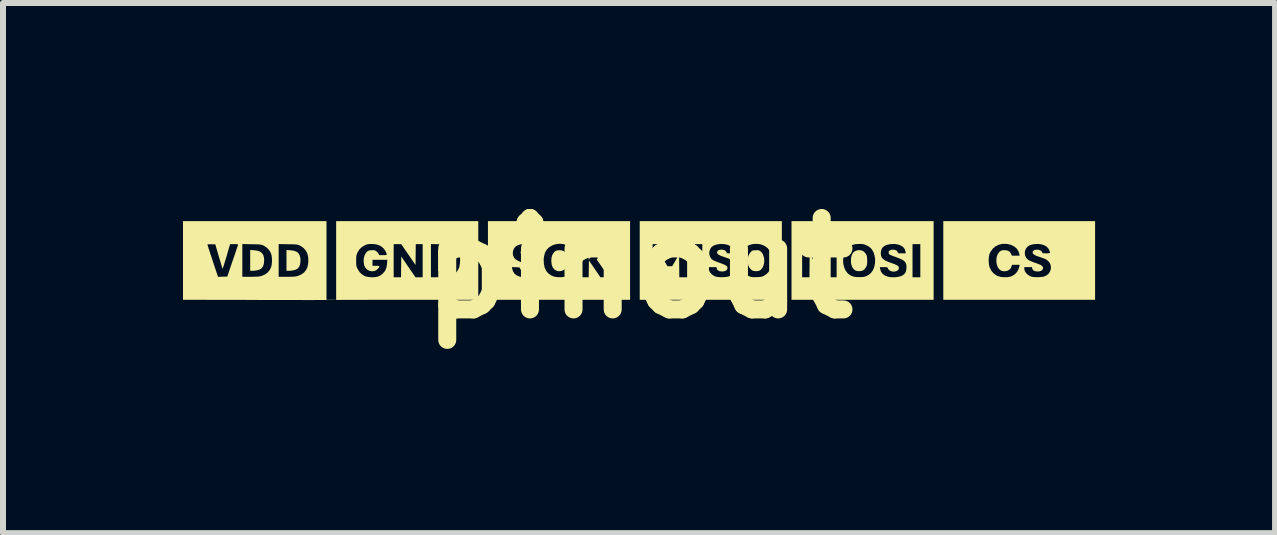
<source format=kicad_pcb>
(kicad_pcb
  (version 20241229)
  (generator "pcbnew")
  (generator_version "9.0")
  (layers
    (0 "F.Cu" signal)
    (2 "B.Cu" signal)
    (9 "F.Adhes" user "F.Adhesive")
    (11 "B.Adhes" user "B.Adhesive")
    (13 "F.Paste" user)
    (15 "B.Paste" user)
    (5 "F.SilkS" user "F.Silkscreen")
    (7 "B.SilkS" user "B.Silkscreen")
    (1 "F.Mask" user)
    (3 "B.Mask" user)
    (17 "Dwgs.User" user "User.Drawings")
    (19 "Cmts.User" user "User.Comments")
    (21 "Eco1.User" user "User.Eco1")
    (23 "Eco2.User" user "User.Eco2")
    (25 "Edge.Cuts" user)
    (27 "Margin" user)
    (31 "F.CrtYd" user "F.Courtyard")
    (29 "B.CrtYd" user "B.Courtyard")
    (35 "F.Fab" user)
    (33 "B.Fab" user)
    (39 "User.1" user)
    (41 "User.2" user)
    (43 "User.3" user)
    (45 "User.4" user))
  (footprint "pinout"
    (layer "F.Cu")
    (at 7.598 1.418)
    (property "Reference" "pinout" (at 0 0 0) (layer "F.SilkS") (effects (font (size 1.524 1.524) (thickness 0.3))))
    (attr board_only exclude_from_pos_files exclude_from_bom)
    (fp_poly (pts (xy -6.414 -0.297) (xy -6.357 -0.289) (xy -6.312 -0.273) (xy -6.28 -0.248) (xy -6.258 -0.213) (xy -6.247 -0.167) (xy -6.245 -0.127) (xy -6.25 -0.073) (xy -6.263 -0.03) (xy -6.286 0.002) (xy -6.302 0.015) (xy -6.327 0.027) (xy -6.362 0.037) (xy -6.404 0.044) (xy -6.446 0.046) (xy -6.478 0.046) (xy -6.478 -0.301)) (stroke (width 0) (type solid)) (fill yes) (layer "F.SilkS"))
    (fp_poly (pts (xy -5.808 -0.297) (xy -5.751 -0.289) (xy -5.707 -0.273) (xy -5.674 -0.248) (xy -5.653 -0.213) (xy -5.641 -0.167) (xy -5.639 -0.127) (xy -5.644 -0.073) (xy -5.657 -0.03) (xy -5.68 0.002) (xy -5.696 0.015) (xy -5.721 0.027) (xy -5.756 0.037) (xy -5.798 0.044) (xy -5.84 0.046) (xy -5.873 0.046) (xy -5.873 -0.301)) (stroke (width 0) (type solid)) (fill yes) (layer "F.SilkS"))
    (fp_poly (pts (xy -3.271 -0.29) (xy -3.235 -0.288) (xy -3.21 -0.285) (xy -3.192 -0.28) (xy -3.176 -0.271) (xy -3.172 -0.268) (xy -3.143 -0.243) (xy -3.123 -0.212) (xy -3.112 -0.174) (xy -3.109 -0.124) (xy -3.109 -0.123) (xy -3.112 -0.073) (xy -3.121 -0.036) (xy -3.137 -0.006) (xy -3.162 0.017) (xy -3.168 0.021) (xy -3.185 0.031) (xy -3.203 0.038) (xy -3.226 0.042) (xy -3.259 0.044) (xy -3.271 0.045) (xy -3.343 0.048) (xy -3.343 -0.293)) (stroke (width 0) (type solid)) (fill yes) (layer "F.SilkS"))
    (fp_poly (pts (xy 3.715 -0.294) (xy 3.749 -0.276) (xy 3.777 -0.246) (xy 3.787 -0.23) (xy 3.797 -0.211) (xy 3.802 -0.193) (xy 3.805 -0.17) (xy 3.806 -0.139) (xy 3.807 -0.123) (xy 3.806 -0.086) (xy 3.804 -0.061) (xy 3.799 -0.042) (xy 3.792 -0.024) (xy 3.787 -0.016) (xy 3.764 0.018) (xy 3.737 0.039) (xy 3.704 0.049) (xy 3.682 0.052) (xy 3.646 0.051) (xy 3.619 0.044) (xy 3.611 0.041) (xy 3.578 0.015) (xy 3.554 -0.022) (xy 3.539 -0.069) (xy 3.535 -0.123) (xy 3.54 -0.181) (xy 3.554 -0.228) (xy 3.578 -0.264) (xy 3.612 -0.287) (xy 3.654 -0.298) (xy 3.672 -0.299)) (stroke (width 0) (type solid)) (fill yes) (layer "F.SilkS"))
    (fp_poly (pts (xy 1.996 -0.296) (xy 2.012 -0.29) (xy 2.024 -0.282) (xy 2.053 -0.255) (xy 2.073 -0.218) (xy 2.086 -0.175) (xy 2.091 -0.129) (xy 2.088 -0.082) (xy 2.077 -0.039) (xy 2.059 -0.001) (xy 2.033 0.029) (xy 2.013 0.042) (xy 1.979 0.051) (xy 1.94 0.052) (xy 1.903 0.045) (xy 1.897 0.043) (xy 1.868 0.023) (xy 1.843 -0.006) (xy 1.826 -0.04) (xy 1.825 -0.044) (xy 1.82 -0.077) (xy 1.817 -0.117) (xy 1.819 -0.158) (xy 1.823 -0.194) (xy 1.825 -0.202) (xy 1.836 -0.225) (xy 1.852 -0.251) (xy 1.863 -0.263) (xy 1.879 -0.28) (xy 1.893 -0.29) (xy 1.91 -0.295) (xy 1.936 -0.297) (xy 1.945 -0.297) (xy 1.975 -0.298)) (stroke (width 0) (type solid)) (fill yes) (layer "F.SilkS"))
    (fp_poly (pts (xy 7.605 0.529) (xy 5.075 0.529) (xy 5.075 -0.141) (xy 5.831 -0.141) (xy 5.833 -0.087) (xy 5.84 -0.037) (xy 5.85 -0.004) (xy 5.878 0.048) (xy 5.917 0.092) (xy 5.965 0.125) (xy 5.984 0.134) (xy 6.03 0.147) (xy 6.084 0.153) (xy 6.139 0.152) (xy 6.19 0.144) (xy 6.202 0.141) (xy 6.25 0.117) (xy 6.29 0.082) (xy 6.321 0.037) (xy 6.331 0.008) (xy 6.425 0.008) (xy 6.432 0.045) (xy 6.452 0.08) (xy 6.482 0.11) (xy 6.52 0.134) (xy 6.541 0.142) (xy 6.574 0.149) (xy 6.617 0.152) (xy 6.663 0.152) (xy 6.708 0.149) (xy 6.746 0.143) (xy 6.755 0.141) (xy 6.798 0.121) (xy 6.831 0.093) (xy 6.854 0.057) (xy 6.867 0.018) (xy 6.869 -0.024) (xy 6.859 -0.064) (xy 6.839 -0.101) (xy 6.806 -0.132) (xy 6.785 -0.146) (xy 6.764 -0.155) (xy 6.735 -0.166) (xy 6.702 -0.178) (xy 6.693 -0.181) (xy 6.642 -0.198) (xy 6.606 -0.213) (xy 6.582 -0.228) (xy 6.568 -0.243) (xy 6.564 -0.259) (xy 6.567 -0.276) (xy 6.579 -0.293) (xy 6.602 -0.303) (xy 6.63 -0.307) (xy 6.659 -0.305) (xy 6.687 -0.297) (xy 6.709 -0.283) (xy 6.721 -0.264) (xy 6.721 -0.264) (xy 6.724 -0.255) (xy 6.73 -0.249) (xy 6.741 -0.247) (xy 6.763 -0.245) (xy 6.79 -0.245) (xy 6.819 -0.246) (xy 6.841 -0.248) (xy 6.853 -0.25) (xy 6.854 -0.251) (xy 6.85 -0.274) (xy 6.839 -0.302) (xy 6.825 -0.328) (xy 6.818 -0.337) (xy 6.785 -0.367) (xy 6.739 -0.387) (xy 6.693 -0.398) (xy 6.65 -0.402) (xy 6.603 -0.4) (xy 6.558 -0.393) (xy 6.521 -0.382) (xy 6.513 -0.379) (xy 6.477 -0.355) (xy 6.452 -0.322) (xy 6.437 -0.284) (xy 6.433 -0.243) (xy 6.44 -0.204) (xy 6.459 -0.167) (xy 6.489 -0.138) (xy 6.491 -0.137) (xy 6.51 -0.126) (xy 6.539 -0.113) (xy 6.575 -0.098) (xy 6.612 -0.085) (xy 6.661 -0.067) (xy 6.696 -0.052) (xy 6.719 -0.037) (xy 6.732 -0.023) (xy 6.738 -0.007) (xy 6.738 0.003) (xy 6.728 0.028) (xy 6.706 0.046) (xy 6.672 0.056) (xy 6.648 0.057) (xy 6.606 0.053) (xy 6.577 0.039) (xy 6.561 0.017) (xy 6.558 0.007) (xy 6.553 -0.015) (xy 6.425 -0.015) (xy 6.425 0.008) (xy 6.331 0.008) (xy 6.341 -0.017) (xy 6.343 -0.029) (xy 6.348 -0.054) (xy 6.219 -0.054) (xy 6.214 -0.031) (xy 6.199 0.003) (xy 6.174 0.029) (xy 6.14 0.046) (xy 6.102 0.054) (xy 6.063 0.05) (xy 6.037 0.042) (xy 6.007 0.019) (xy 5.984 -0.014) (xy 5.968 -0.055) (xy 5.96 -0.1) (xy 5.96 -0.146) (xy 5.967 -0.192) (xy 5.983 -0.233) (xy 6.007 -0.266) (xy 6.026 -0.282) (xy 6.044 -0.292) (xy 6.061 -0.297) (xy 6.085 -0.298) (xy 6.104 -0.298) (xy 6.145 -0.292) (xy 6.174 -0.278) (xy 6.196 -0.254) (xy 6.207 -0.232) (xy 6.218 -0.207) (xy 6.348 -0.207) (xy 6.343 -0.232) (xy 6.327 -0.283) (xy 6.298 -0.326) (xy 6.257 -0.36) (xy 6.205 -0.386) (xy 6.143 -0.401) (xy 6.124 -0.403) (xy 6.06 -0.403) (xy 6 -0.389) (xy 5.946 -0.362) (xy 5.901 -0.324) (xy 5.865 -0.276) (xy 5.845 -0.234) (xy 5.835 -0.191) (xy 5.831 -0.141) (xy 5.075 -0.141) (xy 5.075 -0.782) (xy 7.605 -0.782)) (stroke (width 0) (type solid)) (fill yes) (layer "F.SilkS"))
    (fp_poly (pts (xy 2.384 0.529) (xy 0.015 0.529) (xy 0.015 0.153) (xy 0.23 0.153) (xy 0.352 0.153) (xy 0.354 -0.04) (xy 0.357 -0.234) (xy 0.477 -0.031) (xy 0.556 -0.031) (xy 0.614 -0.13) (xy 0.671 -0.229) (xy 0.673 -0.038) (xy 0.675 0.153) (xy 0.805 0.153) (xy 0.935 0.153) (xy 1.058 0.153) (xy 1.058 0.008) (xy 1.165 0.008) (xy 1.173 0.045) (xy 1.193 0.08) (xy 1.223 0.11) (xy 1.261 0.134) (xy 1.282 0.142) (xy 1.315 0.149) (xy 1.357 0.152) (xy 1.404 0.152) (xy 1.449 0.149) (xy 1.487 0.143) (xy 1.495 0.141) (xy 1.539 0.121) (xy 1.572 0.093) (xy 1.595 0.057) (xy 1.607 0.018) (xy 1.609 -0.024) (xy 1.6 -0.064) (xy 1.579 -0.101) (xy 1.547 -0.132) (xy 1.527 -0.145) (xy 1.688 -0.145) (xy 1.69 -0.071) (xy 1.704 -0.008) (xy 1.729 0.046) (xy 1.766 0.09) (xy 1.813 0.124) (xy 1.836 0.135) (xy 1.859 0.144) (xy 1.88 0.149) (xy 1.903 0.152) (xy 1.933 0.152) (xy 1.963 0.151) (xy 2.003 0.15) (xy 2.032 0.147) (xy 2.055 0.141) (xy 2.076 0.133) (xy 2.081 0.131) (xy 2.13 0.099) (xy 2.169 0.056) (xy 2.197 0.004) (xy 2.215 -0.055) (xy 2.221 -0.121) (xy 2.216 -0.178) (xy 2.202 -0.24) (xy 2.179 -0.291) (xy 2.148 -0.331) (xy 2.106 -0.363) (xy 2.085 -0.375) (xy 2.028 -0.396) (xy 1.967 -0.404) (xy 1.906 -0.401) (xy 1.848 -0.386) (xy 1.795 -0.36) (xy 1.76 -0.331) (xy 1.728 -0.293) (xy 1.707 -0.25) (xy 1.693 -0.197) (xy 1.688 -0.145) (xy 1.527 -0.145) (xy 1.525 -0.146) (xy 1.505 -0.155) (xy 1.476 -0.166) (xy 1.443 -0.178) (xy 1.433 -0.181) (xy 1.383 -0.198) (xy 1.347 -0.213) (xy 1.322 -0.228) (xy 1.309 -0.243) (xy 1.304 -0.259) (xy 1.307 -0.276) (xy 1.32 -0.293) (xy 1.342 -0.303) (xy 1.37 -0.307) (xy 1.4 -0.305) (xy 1.428 -0.297) (xy 1.45 -0.283) (xy 1.461 -0.264) (xy 1.461 -0.264) (xy 1.464 -0.255) (xy 1.47 -0.249) (xy 1.482 -0.247) (xy 1.503 -0.245) (xy 1.53 -0.245) (xy 1.56 -0.246) (xy 1.582 -0.248) (xy 1.594 -0.25) (xy 1.595 -0.251) (xy 1.59 -0.274) (xy 1.58 -0.302) (xy 1.566 -0.328) (xy 1.559 -0.337) (xy 1.525 -0.366) (xy 1.48 -0.387) (xy 1.428 -0.399) (xy 1.369 -0.402) (xy 1.332 -0.398) (xy 1.284 -0.389) (xy 1.247 -0.375) (xy 1.219 -0.356) (xy 1.21 -0.347) (xy 1.187 -0.311) (xy 1.175 -0.271) (xy 1.175 -0.229) (xy 1.187 -0.19) (xy 1.208 -0.155) (xy 1.232 -0.135) (xy 1.251 -0.125) (xy 1.28 -0.112) (xy 1.316 -0.098) (xy 1.353 -0.085) (xy 1.401 -0.067) (xy 1.436 -0.052) (xy 1.46 -0.037) (xy 1.473 -0.023) (xy 1.478 -0.007) (xy 1.478 0.003) (xy 1.469 0.028) (xy 1.446 0.046) (xy 1.413 0.056) (xy 1.388 0.057) (xy 1.347 0.053) (xy 1.318 0.039) (xy 1.301 0.017) (xy 1.298 0.007) (xy 1.294 -0.015) (xy 1.165 -0.015) (xy 1.165 0.008) (xy 1.058 0.008) (xy 1.058 -0.399) (xy 0.935 -0.399) (xy 0.935 0.153) (xy 0.805 0.153) (xy 0.805 -0.399) (xy 0.731 -0.397) (xy 0.657 -0.395) (xy 0.593 -0.284) (xy 0.571 -0.247) (xy 0.552 -0.215) (xy 0.536 -0.19) (xy 0.526 -0.174) (xy 0.522 -0.17) (xy 0.516 -0.176) (xy 0.504 -0.193) (xy 0.488 -0.219) (xy 0.467 -0.252) (xy 0.448 -0.283) (xy 0.381 -0.399) (xy 0.23 -0.399) (xy 0.23 0.153) (xy 0.015 0.153) (xy 0.015 -0.782) (xy 2.384 -0.782)) (stroke (width 0) (type solid)) (fill yes) (layer "F.SilkS"))
    (fp_poly (pts (xy 4.914 0.529) (xy 2.545 0.529) (xy 2.545 0.153) (xy 2.722 0.153) (xy 2.844 0.153) (xy 2.846 -0.04) (xy 2.848 -0.234) (xy 2.969 -0.031) (xy 3.049 -0.031) (xy 3.108 -0.132) (xy 3.166 -0.234) (xy 3.166 0.153) (xy 3.297 0.153) (xy 3.297 -0.132) (xy 3.405 -0.132) (xy 3.408 -0.072) (xy 3.422 -0.014) (xy 3.444 0.038) (xy 3.477 0.083) (xy 3.498 0.102) (xy 3.535 0.126) (xy 3.576 0.142) (xy 3.625 0.15) (xy 3.684 0.151) (xy 3.722 0.15) (xy 3.751 0.147) (xy 3.773 0.141) (xy 3.796 0.132) (xy 3.805 0.128) (xy 3.834 0.11) (xy 3.861 0.089) (xy 3.875 0.075) (xy 3.906 0.029) (xy 3.922 -0.015) (xy 4.017 -0.015) (xy 4.022 0.013) (xy 4.037 0.061) (xy 4.065 0.098) (xy 4.104 0.126) (xy 4.156 0.145) (xy 4.197 0.152) (xy 4.244 0.154) (xy 4.26 0.153) (xy 4.562 0.153) (xy 4.692 0.153) (xy 4.692 -0.399) (xy 4.562 -0.399) (xy 4.562 0.153) (xy 4.26 0.153) (xy 4.294 0.151) (xy 4.34 0.143) (xy 4.378 0.132) (xy 4.384 0.129) (xy 4.419 0.106) (xy 4.443 0.077) (xy 4.457 0.039) (xy 4.461 0.004) (xy 4.461 -0.036) (xy 4.455 -0.068) (xy 4.443 -0.095) (xy 4.422 -0.118) (xy 4.391 -0.139) (xy 4.348 -0.159) (xy 4.292 -0.18) (xy 4.288 -0.182) (xy 4.251 -0.195) (xy 4.218 -0.208) (xy 4.193 -0.219) (xy 4.178 -0.227) (xy 4.176 -0.228) (xy 4.165 -0.247) (xy 4.164 -0.27) (xy 4.175 -0.29) (xy 4.18 -0.295) (xy 4.204 -0.304) (xy 4.235 -0.307) (xy 4.267 -0.303) (xy 4.293 -0.293) (xy 4.296 -0.291) (xy 4.31 -0.276) (xy 4.316 -0.261) (xy 4.316 -0.26) (xy 4.318 -0.253) (xy 4.324 -0.249) (xy 4.337 -0.246) (xy 4.361 -0.245) (xy 4.383 -0.245) (xy 4.449 -0.245) (xy 4.445 -0.276) (xy 4.432 -0.316) (xy 4.407 -0.349) (xy 4.37 -0.374) (xy 4.324 -0.392) (xy 4.27 -0.401) (xy 4.21 -0.4) (xy 4.187 -0.398) (xy 4.131 -0.386) (xy 4.088 -0.365) (xy 4.058 -0.337) (xy 4.04 -0.299) (xy 4.033 -0.253) (xy 4.033 -0.247) (xy 4.037 -0.208) (xy 4.049 -0.176) (xy 4.073 -0.149) (xy 4.108 -0.125) (xy 4.156 -0.103) (xy 4.176 -0.096) (xy 4.227 -0.078) (xy 4.265 -0.064) (xy 4.292 -0.052) (xy 4.311 -0.041) (xy 4.323 -0.032) (xy 4.33 -0.022) (xy 4.33 -0.021) (xy 4.335 0.003) (xy 4.328 0.024) (xy 4.311 0.041) (xy 4.287 0.053) (xy 4.258 0.059) (xy 4.228 0.058) (xy 4.198 0.05) (xy 4.173 0.034) (xy 4.169 0.031) (xy 4.156 0.014) (xy 4.148 -0.001) (xy 4.148 -0.003) (xy 4.145 -0.009) (xy 4.136 -0.013) (xy 4.118 -0.015) (xy 4.087 -0.015) (xy 4.082 -0.015) (xy 4.017 -0.015) (xy 3.922 -0.015) (xy 3.926 -0.026) (xy 3.937 -0.085) (xy 3.939 -0.145) (xy 3.93 -0.205) (xy 3.913 -0.26) (xy 3.886 -0.309) (xy 3.863 -0.335) (xy 3.842 -0.352) (xy 3.813 -0.369) (xy 3.791 -0.381) (xy 3.765 -0.391) (xy 3.742 -0.398) (xy 3.714 -0.401) (xy 3.678 -0.402) (xy 3.676 -0.402) (xy 3.616 -0.399) (xy 3.566 -0.387) (xy 3.522 -0.366) (xy 3.488 -0.34) (xy 3.453 -0.298) (xy 3.427 -0.247) (xy 3.411 -0.191) (xy 3.405 -0.132) (xy 3.297 -0.132) (xy 3.297 -0.399) (xy 3.152 -0.399) (xy 3.085 -0.284) (xy 3.063 -0.246) (xy 3.044 -0.214) (xy 3.028 -0.189) (xy 3.017 -0.173) (xy 3.013 -0.169) (xy 3.008 -0.175) (xy 2.996 -0.192) (xy 2.979 -0.219) (xy 2.959 -0.252) (xy 2.94 -0.284) (xy 2.873 -0.399) (xy 2.722 -0.399) (xy 2.722 0.153) (xy 2.545 0.153) (xy 2.545 -0.782) (xy 4.914 -0.782)) (stroke (width 0) (type solid)) (fill yes) (layer "F.SilkS"))
    (fp_poly (pts (xy -0.146 0.529) (xy -2.515 0.529) (xy -2.515 0.153) (xy -0.966 0.153) (xy -0.836 0.153) (xy -0.834 0.013) (xy -0.832 -0.127) (xy -0.736 0.013) (xy -0.64 0.153) (xy -0.568 0.153) (xy -0.497 0.153) (xy -0.51 0.132) (xy -0.519 0.12) (xy -0.535 0.097) (xy -0.556 0.066) (xy -0.582 0.03) (xy -0.61 -0.01) (xy -0.613 -0.015) (xy -0.702 -0.142) (xy -0.506 -0.399) (xy -0.577 -0.398) (xy -0.648 -0.398) (xy -0.836 -0.136) (xy -0.836 -0.399) (xy -0.966 -0.399) (xy -0.966 0.153) (xy -2.515 0.153) (xy -2.515 -0.016) (xy -2.116 -0.016) (xy -2.112 0.005) (xy -2.097 0.054) (xy -2.074 0.091) (xy -2.043 0.118) (xy -2.001 0.138) (xy -2 0.139) (xy -1.962 0.148) (xy -1.915 0.152) (xy -1.865 0.153) (xy -1.818 0.149) (xy -1.78 0.142) (xy -1.734 0.122) (xy -1.7 0.092) (xy -1.677 0.053) (xy -1.668 0.022) (xy -1.667 -0.025) (xy -1.678 -0.07) (xy -1.701 -0.108) (xy -1.725 -0.132) (xy -1.739 -0.14) (xy -1.756 -0.147) (xy -1.586 -0.147) (xy -1.583 -0.073) (xy -1.57 -0.009) (xy -1.545 0.045) (xy -1.509 0.089) (xy -1.462 0.122) (xy -1.424 0.139) (xy -1.384 0.148) (xy -1.336 0.153) (xy -1.286 0.152) (xy -1.24 0.146) (xy -1.222 0.142) (xy -1.171 0.119) (xy -1.129 0.085) (xy -1.098 0.04) (xy -1.079 -0.013) (xy -1.077 -0.025) (xy -1.072 -0.054) (xy -1.137 -0.054) (xy -1.168 -0.053) (xy -1.188 -0.052) (xy -1.198 -0.049) (xy -1.203 -0.043) (xy -1.206 -0.033) (xy -1.206 -0.032) (xy -1.22 0.001) (xy -1.245 0.027) (xy -1.278 0.045) (xy -1.316 0.053) (xy -1.355 0.05) (xy -1.375 0.043) (xy -1.411 0.02) (xy -1.437 -0.015) (xy -1.453 -0.061) (xy -1.459 -0.119) (xy -1.459 -0.123) (xy -1.454 -0.179) (xy -1.439 -0.225) (xy -1.413 -0.263) (xy -1.404 -0.272) (xy -1.387 -0.285) (xy -1.369 -0.293) (xy -1.345 -0.296) (xy -1.332 -0.297) (xy -1.288 -0.295) (xy -1.254 -0.284) (xy -1.229 -0.262) (xy -1.215 -0.24) (xy -1.2 -0.208) (xy -1.072 -0.207) (xy -1.077 -0.235) (xy -1.093 -0.283) (xy -1.122 -0.324) (xy -1.16 -0.358) (xy -1.206 -0.383) (xy -1.258 -0.399) (xy -1.314 -0.405) (xy -1.371 -0.4) (xy -1.429 -0.384) (xy -1.446 -0.376) (xy -1.497 -0.345) (xy -1.536 -0.305) (xy -1.564 -0.256) (xy -1.58 -0.196) (xy -1.586 -0.147) (xy -1.756 -0.147) (xy -1.765 -0.151) (xy -1.798 -0.164) (xy -1.835 -0.178) (xy -1.838 -0.179) (xy -1.885 -0.196) (xy -1.92 -0.21) (xy -1.944 -0.222) (xy -1.959 -0.233) (xy -1.967 -0.244) (xy -1.97 -0.256) (xy -1.97 -0.26) (xy -1.966 -0.281) (xy -1.952 -0.295) (xy -1.926 -0.303) (xy -1.909 -0.305) (xy -1.868 -0.304) (xy -1.838 -0.293) (xy -1.819 -0.272) (xy -1.817 -0.268) (xy -1.812 -0.257) (xy -1.805 -0.25) (xy -1.794 -0.247) (xy -1.774 -0.246) (xy -1.743 -0.245) (xy -1.679 -0.245) (xy -1.684 -0.27) (xy -1.699 -0.314) (xy -1.725 -0.349) (xy -1.763 -0.375) (xy -1.814 -0.393) (xy -1.84 -0.398) (xy -1.884 -0.401) (xy -1.932 -0.399) (xy -1.979 -0.393) (xy -2.014 -0.383) (xy -2.051 -0.361) (xy -2.079 -0.329) (xy -2.096 -0.288) (xy -2.101 -0.247) (xy -2.096 -0.209) (xy -2.081 -0.175) (xy -2.054 -0.146) (xy -2.015 -0.121) (xy -1.962 -0.098) (xy -1.927 -0.086) (xy -1.892 -0.074) (xy -1.86 -0.062) (xy -1.836 -0.051) (xy -1.827 -0.046) (xy -1.805 -0.027) (xy -1.796 -0.005) (xy -1.799 0.016) (xy -1.813 0.035) (xy -1.835 0.049) (xy -1.864 0.058) (xy -1.9 0.059) (xy -1.905 0.058) (xy -1.938 0.049) (xy -1.963 0.033) (xy -1.978 0.013) (xy -1.979 0.006) (xy -1.982 -0.003) (xy -1.988 -0.008) (xy -2 -0.011) (xy -2.023 -0.013) (xy -2.049 -0.014) (xy -2.116 -0.016) (xy -2.515 -0.016) (xy -2.515 -0.782) (xy -0.146 -0.782)) (stroke (width 0) (type solid)) (fill yes) (layer "F.SilkS"))
    (fp_poly (pts (xy -5.206 0.529) (xy -5.045 0.529) (xy -5.045 0.153) (xy -4.086 0.153) (xy -3.964 0.153) (xy -3.962 -0.02) (xy -3.96 -0.193) (xy -3.842 -0.02) (xy -3.723 0.153) (xy -3.603 0.153) (xy -3.603 -0.399) (xy -3.718 -0.399) (xy -3.722 -0.051) (xy -3.841 -0.225) (xy -3.96 -0.398) (xy -4.023 -0.399) (xy -4.086 -0.399) (xy -4.086 0.153) (xy -5.045 0.153) (xy -5.045 -0.123) (xy -4.711 -0.123) (xy -4.711 -0.084) (xy -4.71 -0.056) (xy -4.707 -0.035) (xy -4.701 -0.016) (xy -4.692 0.004) (xy -4.686 0.017) (xy -4.653 0.069) (xy -4.61 0.109) (xy -4.559 0.137) (xy -4.552 0.139) (xy -4.514 0.148) (xy -4.467 0.153) (xy -4.419 0.153) (xy -4.375 0.148) (xy -4.345 0.141) (xy -4.306 0.122) (xy -4.269 0.092) (xy -4.237 0.057) (xy -4.218 0.024) (xy -4.209 -0.004) (xy -4.201 -0.041) (xy -4.197 -0.076) (xy -4.192 -0.138) (xy -4.439 -0.138) (xy -4.439 -0.038) (xy -4.382 -0.038) (xy -4.349 -0.037) (xy -4.33 -0.033) (xy -4.324 -0.025) (xy -4.33 -0.011) (xy -4.345 0.008) (xy -4.377 0.036) (xy -4.414 0.051) (xy -4.453 0.054) (xy -4.492 0.046) (xy -4.527 0.027) (xy -4.556 -0.002) (xy -4.576 -0.04) (xy -4.578 -0.048) (xy -4.587 -0.102) (xy -4.585 -0.156) (xy -4.573 -0.206) (xy -4.552 -0.248) (xy -4.532 -0.272) (xy -4.516 -0.285) (xy -4.5 -0.292) (xy -4.477 -0.296) (xy -4.456 -0.298) (xy -4.426 -0.298) (xy -4.405 -0.296) (xy -4.388 -0.289) (xy -4.378 -0.282) (xy -4.357 -0.264) (xy -4.341 -0.243) (xy -4.339 -0.24) (xy -4.328 -0.215) (xy -4.265 -0.215) (xy -4.236 -0.215) (xy -4.214 -0.217) (xy -4.202 -0.22) (xy -4.201 -0.221) (xy -4.206 -0.245) (xy -4.219 -0.275) (xy -4.237 -0.305) (xy -4.258 -0.331) (xy -4.26 -0.333) (xy -4.299 -0.365) (xy -4.344 -0.386) (xy -4.397 -0.398) (xy -4.431 -0.4) (xy -3.465 -0.4) (xy -3.465 0.153) (xy -3.368 0.153) (xy -3.324 0.152) (xy -3.279 0.151) (xy -3.239 0.148) (xy -3.212 0.145) (xy -3.159 0.134) (xy -3.11 0.115) (xy -3.067 0.091) (xy -3.036 0.063) (xy -3.009 0.023) (xy -2.991 -0.022) (xy -2.982 -0.074) (xy -2.979 -0.127) (xy -2.979 -0.163) (xy -2.981 -0.189) (xy -2.985 -0.21) (xy -2.992 -0.231) (xy -3.004 -0.255) (xy -3.036 -0.306) (xy -3.077 -0.346) (xy -3.128 -0.374) (xy -3.135 -0.377) (xy -3.152 -0.383) (xy -3.171 -0.388) (xy -3.193 -0.391) (xy -3.221 -0.393) (xy -3.258 -0.395) (xy -3.308 -0.397) (xy -3.322 -0.397) (xy -3.465 -0.4) (xy -4.431 -0.4) (xy -4.451 -0.401) (xy -4.487 -0.401) (xy -4.514 -0.398) (xy -4.537 -0.392) (xy -4.561 -0.383) (xy -4.563 -0.382) (xy -4.616 -0.35) (xy -4.658 -0.31) (xy -4.689 -0.26) (xy -4.689 -0.259) (xy -4.699 -0.236) (xy -4.705 -0.217) (xy -4.709 -0.196) (xy -4.711 -0.17) (xy -4.711 -0.133) (xy -4.711 -0.123) (xy -5.045 -0.123) (xy -5.045 -0.782) (xy -2.676 -0.782) (xy -2.676 0.529) (xy -3.82 0.529) (xy -3.953 0.529) (xy -4.084 0.529) (xy -4.211 0.529) (xy -4.333 0.529) (xy -4.45 0.529) (xy -4.559 0.53) (xy -4.662 0.53) (xy -4.755 0.53) (xy -4.839 0.53) (xy -4.913 0.53) (xy -4.975 0.531) (xy -5.024 0.531) (xy -5.061 0.531) (xy -5.083 0.532) (xy -5.083 0.532) (xy -5.104 0.532) (xy -5.14 0.532) (xy -5.189 0.532) (xy -5.25 0.532) (xy -5.324 0.532) (xy -5.407 0.533) (xy -5.501 0.533) (xy -5.603 0.533) (xy -5.714 0.532) (xy -5.831 0.532) (xy -5.954 0.532) (xy -6.082 0.532) (xy -6.214 0.532) (xy -6.35 0.532) (xy -6.4 0.531) (xy -7.598 0.529) (xy -7.598 -0.393) (xy -7.191 -0.393) (xy -7.189 -0.385) (xy -7.182 -0.364) (xy -7.172 -0.331) (xy -7.158 -0.289) (xy -7.142 -0.239) (xy -7.123 -0.183) (xy -7.103 -0.122) (xy -7.103 -0.12) (xy -7.014 0.146) (xy -6.937 0.144) (xy -6.86 0.142) (xy -6.774 -0.111) (xy -6.753 -0.171) (xy -6.734 -0.227) (xy -6.717 -0.277) (xy -6.703 -0.319) (xy -6.692 -0.352) (xy -6.685 -0.373) (xy -6.682 -0.381) (xy -6.68 -0.39) (xy -6.682 -0.395) (xy -6.692 -0.397) (xy -6.71 -0.398) (xy -6.741 -0.399) (xy -6.813 -0.399) (xy -6.873 -0.192) (xy -6.889 -0.139) (xy -6.904 -0.091) (xy -6.916 -0.05) (xy -6.927 -0.018) (xy -6.934 0.003) (xy -6.938 0.011) (xy -6.938 0.011) (xy -6.941 0.003) (xy -6.948 -0.018) (xy -6.958 -0.05) (xy -6.97 -0.091) (xy -6.984 -0.139) (xy -7 -0.191) (xy -7.001 -0.194) (xy -7.059 -0.395) (xy -7.125 -0.397) (xy -7.155 -0.397) (xy -7.178 -0.396) (xy -7.19 -0.394) (xy -7.191 -0.393) (xy -7.598 -0.393) (xy -7.598 -0.4) (xy -6.609 -0.4) (xy -6.609 0.146) (xy -6.471 0.146) (xy -6.418 0.145) (xy -6.378 0.144) (xy -6.346 0.142) (xy -6.322 0.139) (xy -6.3 0.135) (xy -6.287 0.131) (xy -6.23 0.106) (xy -6.184 0.072) (xy -6.149 0.026) (xy -6.132 -0.008) (xy -6.12 -0.051) (xy -6.115 -0.102) (xy -6.115 -0.156) (xy -6.121 -0.207) (xy -6.132 -0.247) (xy -6.16 -0.297) (xy -6.2 -0.339) (xy -6.249 -0.372) (xy -6.255 -0.375) (xy -6.27 -0.381) (xy -6.285 -0.387) (xy -6.3 -0.39) (xy -6.32 -0.393) (xy -6.346 -0.395) (xy -6.381 -0.396) (xy -6.428 -0.397) (xy -6.454 -0.397) (xy -6.609 -0.4) (xy -6.003 -0.4) (xy -6.003 0.146) (xy -5.866 0.146) (xy -5.813 0.145) (xy -5.772 0.144) (xy -5.741 0.142) (xy -5.716 0.139) (xy -5.695 0.135) (xy -5.682 0.131) (xy -5.624 0.106) (xy -5.578 0.072) (xy -5.543 0.026) (xy -5.526 -0.008) (xy -5.515 -0.051) (xy -5.509 -0.102) (xy -5.509 -0.156) (xy -5.516 -0.207) (xy -5.527 -0.247) (xy -5.554 -0.297) (xy -5.594 -0.339) (xy -5.643 -0.372) (xy -5.649 -0.375) (xy -5.665 -0.381) (xy -5.679 -0.387) (xy -5.694 -0.39) (xy -5.714 -0.393) (xy -5.74 -0.395) (xy -5.775 -0.396) (xy -5.822 -0.397) (xy -5.848 -0.397) (xy -6.003 -0.4) (xy -6.609 -0.4) (xy -7.598 -0.4) (xy -7.598 -0.782) (xy -5.206 -0.782)) (stroke (width 0) (type solid)) (fill yes) (layer "F.SilkS")))
  (gr_rect
    (start -3 -3)
    (end 18.203 5.836)
    (stroke (width 0.1) (type default))
    (fill no)
    (layer "Edge.Cuts")))
</source>
